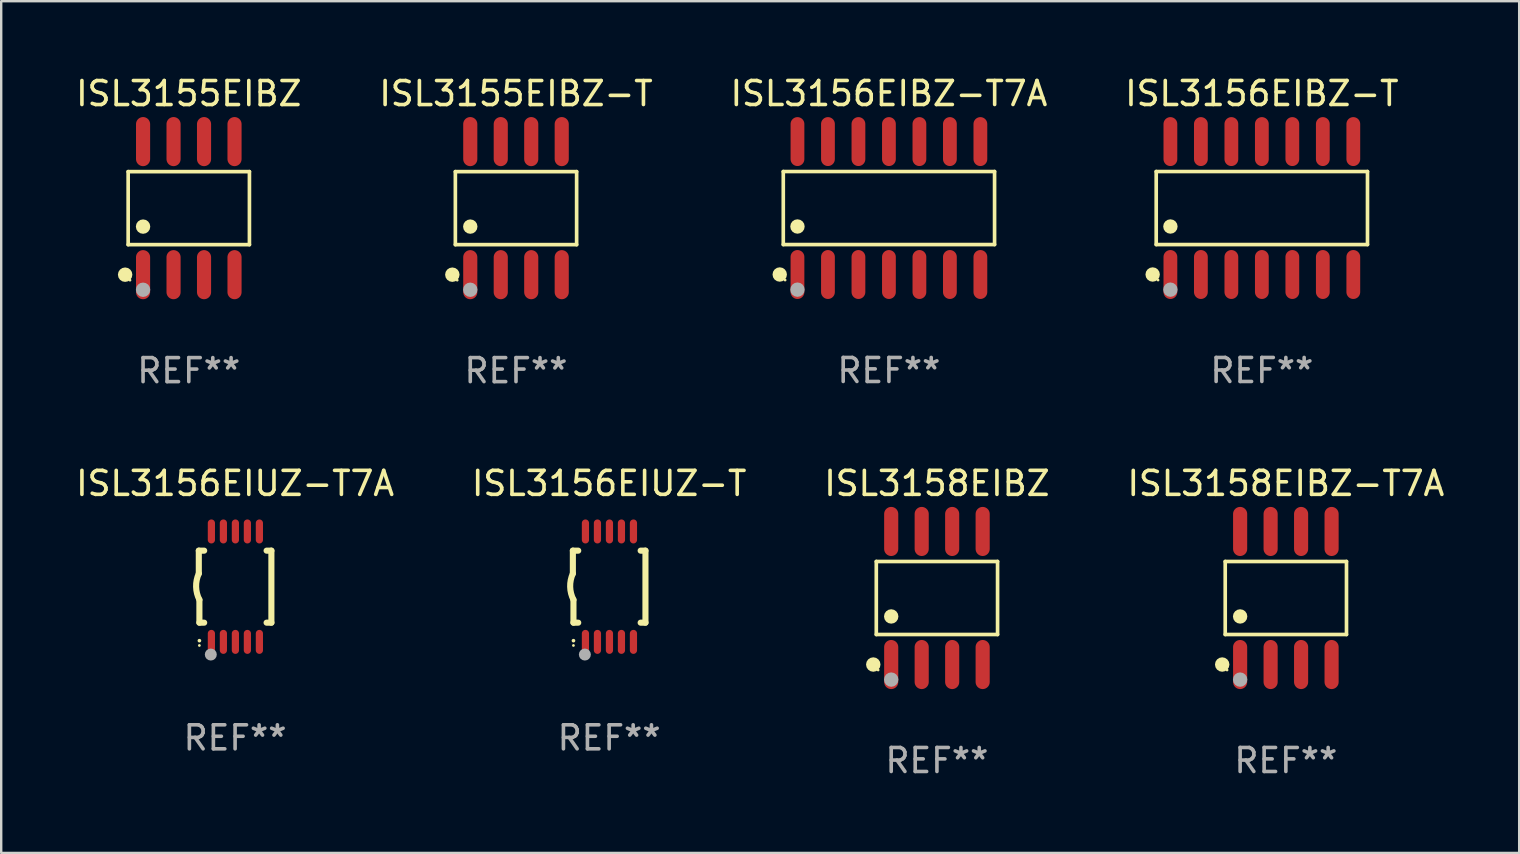
<source format=kicad_pcb>
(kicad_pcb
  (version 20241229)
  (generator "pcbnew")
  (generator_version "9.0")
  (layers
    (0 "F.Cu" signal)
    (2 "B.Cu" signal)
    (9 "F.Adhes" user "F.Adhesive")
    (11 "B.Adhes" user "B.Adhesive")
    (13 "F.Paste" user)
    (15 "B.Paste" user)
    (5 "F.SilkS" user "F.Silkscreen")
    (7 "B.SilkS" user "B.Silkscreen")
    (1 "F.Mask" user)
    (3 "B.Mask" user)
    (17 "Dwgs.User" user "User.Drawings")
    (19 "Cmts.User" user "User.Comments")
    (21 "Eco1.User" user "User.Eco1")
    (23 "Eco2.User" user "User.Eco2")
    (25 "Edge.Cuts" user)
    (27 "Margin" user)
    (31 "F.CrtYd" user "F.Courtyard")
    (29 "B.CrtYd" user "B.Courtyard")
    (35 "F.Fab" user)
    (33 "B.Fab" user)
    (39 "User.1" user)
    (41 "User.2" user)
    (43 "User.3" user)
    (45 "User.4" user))
  (footprint "ISL3156EIUZ-T7A"
    (layer "F.Cu")
    (at 6.744 21.39)
    (property "Reference" "ISL3156EIUZ-T7A" (at 0 -4.3 0) (layer "F.SilkS") (effects (font (size 1 1) (thickness 0.15))))
    (attr through_hole)
    (fp_line (start -1.512 -1.5) (end -1.512 -0.546) (stroke (width 0.254) (type solid)) (layer "F.SilkS"))
    (fp_line (start -1.487 0.546) (end -1.487 1.5) (stroke (width 0.254) (type solid)) (layer "F.SilkS"))
    (fp_line (start -1.288 -1.5) (end -1.512 -1.5) (stroke (width 0.254) (type solid)) (layer "F.SilkS"))
    (fp_line (start -1.288 1.5) (end -1.487 1.5) (stroke (width 0.254) (type solid)) (layer "F.SilkS"))
    (fp_line (start 1.512 -1.5) (end 1.312 -1.5) (stroke (width 0.254) (type solid)) (layer "F.SilkS"))
    (fp_line (start 1.512 -1.5) (end 1.512 1.5) (stroke (width 0.254) (type solid)) (layer "F.SilkS"))
    (fp_line (start 1.512 1.5) (end 1.312 1.5) (stroke (width 0.254) (type solid)) (layer "F.SilkS"))
    (fp_arc (start -1.487998 2.250013) (mid -1.486728 2.250007) (end -1.485458 2.250013) (stroke (width 0.150013) (type solid)) (layer "F.SilkS"))
    (fp_arc (start -1.486602 0.546102) (mid -1.624196 0.002905) (end -1.512002 -0.546101) (stroke (width 0.254001) (type solid)) (layer "F.SilkS"))
    (fp_circle (center -1.488 2.45) (end -1.458 2.45) (stroke (width 0.06) (type solid)) (fill no) (layer "F.SilkS"))
    (fp_circle (center -1.012 2.828) (end -0.887 2.828) (stroke (width 0.25) (type solid)) (fill no) (layer "F.Fab"))
    (fp_text user "REF**" (at 0 6.3 0) (layer "F.Fab") (effects (font (size 1 1) (thickness 0.15))))
    (pad "1" smd oval (at -0.988 2.3) (size 0.3 1) (layers "F.Cu" "F.Mask" "F.Paste"))
    (pad "2" smd oval (at -0.488 2.3) (size 0.3 1) (layers "F.Cu" "F.Mask" "F.Paste"))
    (pad "3" smd oval (at 0.012 2.3) (size 0.3 1) (layers "F.Cu" "F.Mask" "F.Paste"))
    (pad "4" smd oval (at 0.512 2.3) (size 0.3 1) (layers "F.Cu" "F.Mask" "F.Paste"))
    (pad "5" smd oval (at 1.012 2.3) (size 0.3 1) (layers "F.Cu" "F.Mask" "F.Paste"))
    (pad "6" smd oval (at 1.012 -2.3) (size 0.3 1) (layers "F.Cu" "F.Mask" "F.Paste"))
    (pad "7" smd oval (at 0.512 -2.3) (size 0.3 1) (layers "F.Cu" "F.Mask" "F.Paste"))
    (pad "8" smd oval (at 0.012 -2.3) (size 0.3 1) (layers "F.Cu" "F.Mask" "F.Paste"))
    (pad "9" smd oval (at -0.488 -2.3) (size 0.3 1) (layers "F.Cu" "F.Mask" "F.Paste"))
    (pad "10" smd oval (at -0.988 -2.3) (size 0.3 1) (layers "F.Cu" "F.Mask" "F.Paste")))
  (footprint "ISL3158EIBZ-T7A"
    (layer "F.Cu")
    (at 50.518 21.862)
    (property "Reference" "ISL3158EIBZ-T7A" (at 0 -4.772 0) (layer "F.SilkS") (effects (font (size 1 1) (thickness 0.15))))
    (attr through_hole)
    (fp_line (start -2.526 -1.521) (end 2.526 -1.521) (stroke (width 0.152) (type solid)) (layer "F.SilkS"))
    (fp_line (start -2.526 1.521) (end -2.526 -1.521) (stroke (width 0.152) (type solid)) (layer "F.SilkS"))
    (fp_line (start 2.526 -1.521) (end 2.526 1.521) (stroke (width 0.152) (type solid)) (layer "F.SilkS"))
    (fp_line (start 2.526 1.521) (end -2.526 1.521) (stroke (width 0.152) (type solid)) (layer "F.SilkS"))
    (fp_circle (center -2.652 2.772) (end -2.501 2.772) (stroke (width 0.3) (type solid)) (fill no) (layer "F.SilkS"))
    (fp_circle (center -2.45 3) (end -2.42 3) (stroke (width 0.06) (type solid)) (fill no) (layer "F.SilkS"))
    (fp_circle (center -1.905 0.769) (end -1.755 0.769) (stroke (width 0.3) (type solid)) (fill no) (layer "F.SilkS"))
    (fp_circle (center -1.905 3.4) (end -1.755 3.4) (stroke (width 0.3) (type solid)) (fill no) (layer "F.Fab"))
    (fp_text user "REF**" (at 0 6.772 0) (layer "F.Fab") (effects (font (size 1 1) (thickness 0.15))))
    (pad "1" smd oval (at -1.905 2.772) (size 0.588 2.045) (layers "F.Cu" "F.Mask" "F.Paste"))
    (pad "2" smd oval (at -0.635 2.772) (size 0.588 2.045) (layers "F.Cu" "F.Mask" "F.Paste"))
    (pad "3" smd oval (at 0.635 2.772) (size 0.588 2.045) (layers "F.Cu" "F.Mask" "F.Paste"))
    (pad "4" smd oval (at 1.905 2.772) (size 0.588 2.045) (layers "F.Cu" "F.Mask" "F.Paste"))
    (pad "5" smd oval (at 1.905 -2.772) (size 0.588 2.045) (layers "F.Cu" "F.Mask" "F.Paste"))
    (pad "6" smd oval (at 0.635 -2.772) (size 0.588 2.045) (layers "F.Cu" "F.Mask" "F.Paste"))
    (pad "7" smd oval (at -0.635 -2.772) (size 0.588 2.045) (layers "F.Cu" "F.Mask" "F.Paste"))
    (pad "8" smd oval (at -1.905 -2.772) (size 0.588 2.045) (layers "F.Cu" "F.Mask" "F.Paste")))
  (footprint "ISL3156EIBZ-T"
    (layer "F.Cu")
    (at 49.518 5.617)
    (property "Reference" "ISL3156EIBZ-T" (at 0 -4.769 0) (layer "F.SilkS") (effects (font (size 1 1) (thickness 0.15))))
    (attr through_hole)
    (fp_line (start -4.401 -1.521) (end 4.401 -1.521) (stroke (width 0.152) (type solid)) (layer "F.SilkS"))
    (fp_line (start -4.401 1.521) (end -4.401 -1.521) (stroke (width 0.152) (type solid)) (layer "F.SilkS"))
    (fp_line (start 4.401 -1.521) (end 4.401 1.521) (stroke (width 0.152) (type solid)) (layer "F.SilkS"))
    (fp_line (start 4.401 1.521) (end -4.401 1.521) (stroke (width 0.152) (type solid)) (layer "F.SilkS"))
    (fp_circle (center -4.549 2.769) (end -4.399 2.769) (stroke (width 0.3) (type solid)) (fill no) (layer "F.SilkS"))
    (fp_circle (center -4.325 3) (end -4.295 3) (stroke (width 0.06) (type solid)) (fill no) (layer "F.SilkS"))
    (fp_circle (center -3.81 0.769) (end -3.66 0.769) (stroke (width 0.3) (type solid)) (fill no) (layer "F.SilkS"))
    (fp_circle (center -3.81 3.4) (end -3.66 3.4) (stroke (width 0.3) (type solid)) (fill no) (layer "F.Fab"))
    (fp_text user "REF**" (at 0 6.769 0) (layer "F.Fab") (effects (font (size 1 1) (thickness 0.15))))
    (pad "1" smd oval (at -3.81 2.769) (size 0.574 2.038) (layers "F.Cu" "F.Mask" "F.Paste"))
    (pad "2" smd oval (at -2.54 2.769) (size 0.574 2.038) (layers "F.Cu" "F.Mask" "F.Paste"))
    (pad "3" smd oval (at -1.27 2.769) (size 0.574 2.038) (layers "F.Cu" "F.Mask" "F.Paste"))
    (pad "4" smd oval (at 0 2.769) (size 0.574 2.038) (layers "F.Cu" "F.Mask" "F.Paste"))
    (pad "5" smd oval (at 1.27 2.769) (size 0.574 2.038) (layers "F.Cu" "F.Mask" "F.Paste"))
    (pad "6" smd oval (at 2.54 2.769) (size 0.574 2.038) (layers "F.Cu" "F.Mask" "F.Paste"))
    (pad "7" smd oval (at 3.81 2.769) (size 0.574 2.038) (layers "F.Cu" "F.Mask" "F.Paste"))
    (pad "8" smd oval (at 3.81 -2.769) (size 0.574 2.038) (layers "F.Cu" "F.Mask" "F.Paste"))
    (pad "9" smd oval (at 2.54 -2.769) (size 0.574 2.038) (layers "F.Cu" "F.Mask" "F.Paste"))
    (pad "10" smd oval (at 1.27 -2.769) (size 0.574 2.038) (layers "F.Cu" "F.Mask" "F.Paste"))
    (pad "11" smd oval (at 0 -2.769) (size 0.574 2.038) (layers "F.Cu" "F.Mask" "F.Paste"))
    (pad "12" smd oval (at -1.27 -2.769) (size 0.574 2.038) (layers "F.Cu" "F.Mask" "F.Paste"))
    (pad "13" smd oval (at -2.54 -2.769) (size 0.574 2.038) (layers "F.Cu" "F.Mask" "F.Paste"))
    (pad "14" smd oval (at -3.81 -2.769) (size 0.574 2.038) (layers "F.Cu" "F.Mask" "F.Paste")))
  (footprint "ISL3155EIBZ"
    (layer "F.Cu")
    (at 4.815 5.621)
    (property "Reference" "ISL3155EIBZ" (at 0 -4.772 0) (layer "F.SilkS") (effects (font (size 1 1) (thickness 0.15))))
    (attr through_hole)
    (fp_line (start -2.526 -1.521) (end 2.526 -1.521) (stroke (width 0.152) (type solid)) (layer "F.SilkS"))
    (fp_line (start -2.526 1.521) (end -2.526 -1.521) (stroke (width 0.152) (type solid)) (layer "F.SilkS"))
    (fp_line (start 2.526 -1.521) (end 2.526 1.521) (stroke (width 0.152) (type solid)) (layer "F.SilkS"))
    (fp_line (start 2.526 1.521) (end -2.526 1.521) (stroke (width 0.152) (type solid)) (layer "F.SilkS"))
    (fp_circle (center -2.652 2.772) (end -2.501 2.772) (stroke (width 0.3) (type solid)) (fill no) (layer "F.SilkS"))
    (fp_circle (center -2.45 3) (end -2.42 3) (stroke (width 0.06) (type solid)) (fill no) (layer "F.SilkS"))
    (fp_circle (center -1.905 0.769) (end -1.755 0.769) (stroke (width 0.3) (type solid)) (fill no) (layer "F.SilkS"))
    (fp_circle (center -1.905 3.4) (end -1.755 3.4) (stroke (width 0.3) (type solid)) (fill no) (layer "F.Fab"))
    (fp_text user "REF**" (at 0 6.772 0) (layer "F.Fab") (effects (font (size 1 1) (thickness 0.15))))
    (pad "1" smd oval (at -1.905 2.772) (size 0.588 2.045) (layers "F.Cu" "F.Mask" "F.Paste"))
    (pad "2" smd oval (at -0.635 2.772) (size 0.588 2.045) (layers "F.Cu" "F.Mask" "F.Paste"))
    (pad "3" smd oval (at 0.635 2.772) (size 0.588 2.045) (layers "F.Cu" "F.Mask" "F.Paste"))
    (pad "4" smd oval (at 1.905 2.772) (size 0.588 2.045) (layers "F.Cu" "F.Mask" "F.Paste"))
    (pad "5" smd oval (at 1.905 -2.772) (size 0.588 2.045) (layers "F.Cu" "F.Mask" "F.Paste"))
    (pad "6" smd oval (at 0.635 -2.772) (size 0.588 2.045) (layers "F.Cu" "F.Mask" "F.Paste"))
    (pad "7" smd oval (at -0.635 -2.772) (size 0.588 2.045) (layers "F.Cu" "F.Mask" "F.Paste"))
    (pad "8" smd oval (at -1.905 -2.772) (size 0.588 2.045) (layers "F.Cu" "F.Mask" "F.Paste")))
  (footprint "ISL3155EIBZ-T"
    (layer "F.Cu")
    (at 18.446 5.621)
    (property "Reference" "ISL3155EIBZ-T" (at 0 -4.772 0) (layer "F.SilkS") (effects (font (size 1 1) (thickness 0.15))))
    (attr through_hole)
    (fp_line (start -2.526 -1.521) (end 2.526 -1.521) (stroke (width 0.152) (type solid)) (layer "F.SilkS"))
    (fp_line (start -2.526 1.521) (end -2.526 -1.521) (stroke (width 0.152) (type solid)) (layer "F.SilkS"))
    (fp_line (start 2.526 -1.521) (end 2.526 1.521) (stroke (width 0.152) (type solid)) (layer "F.SilkS"))
    (fp_line (start 2.526 1.521) (end -2.526 1.521) (stroke (width 0.152) (type solid)) (layer "F.SilkS"))
    (fp_circle (center -2.652 2.772) (end -2.501 2.772) (stroke (width 0.3) (type solid)) (fill no) (layer "F.SilkS"))
    (fp_circle (center -2.45 3) (end -2.42 3) (stroke (width 0.06) (type solid)) (fill no) (layer "F.SilkS"))
    (fp_circle (center -1.905 0.769) (end -1.755 0.769) (stroke (width 0.3) (type solid)) (fill no) (layer "F.SilkS"))
    (fp_circle (center -1.905 3.4) (end -1.755 3.4) (stroke (width 0.3) (type solid)) (fill no) (layer "F.Fab"))
    (fp_text user "REF**" (at 0 6.772 0) (layer "F.Fab") (effects (font (size 1 1) (thickness 0.15))))
    (pad "1" smd oval (at -1.905 2.772) (size 0.588 2.045) (layers "F.Cu" "F.Mask" "F.Paste"))
    (pad "2" smd oval (at -0.635 2.772) (size 0.588 2.045) (layers "F.Cu" "F.Mask" "F.Paste"))
    (pad "3" smd oval (at 0.635 2.772) (size 0.588 2.045) (layers "F.Cu" "F.Mask" "F.Paste"))
    (pad "4" smd oval (at 1.905 2.772) (size 0.588 2.045) (layers "F.Cu" "F.Mask" "F.Paste"))
    (pad "5" smd oval (at 1.905 -2.772) (size 0.588 2.045) (layers "F.Cu" "F.Mask" "F.Paste"))
    (pad "6" smd oval (at 0.635 -2.772) (size 0.588 2.045) (layers "F.Cu" "F.Mask" "F.Paste"))
    (pad "7" smd oval (at -0.635 -2.772) (size 0.588 2.045) (layers "F.Cu" "F.Mask" "F.Paste"))
    (pad "8" smd oval (at -1.905 -2.772) (size 0.588 2.045) (layers "F.Cu" "F.Mask" "F.Paste")))
  (footprint "ISL3156EIUZ-T"
    (layer "F.Cu")
    (at 22.327 21.39)
    (property "Reference" "ISL3156EIUZ-T" (at 0 -4.3 0) (layer "F.SilkS") (effects (font (size 1 1) (thickness 0.15))))
    (attr through_hole)
    (fp_line (start -1.512 -1.5) (end -1.512 -0.546) (stroke (width 0.254) (type solid)) (layer "F.SilkS"))
    (fp_line (start -1.487 0.546) (end -1.487 1.5) (stroke (width 0.254) (type solid)) (layer "F.SilkS"))
    (fp_line (start -1.288 -1.5) (end -1.512 -1.5) (stroke (width 0.254) (type solid)) (layer "F.SilkS"))
    (fp_line (start -1.288 1.5) (end -1.487 1.5) (stroke (width 0.254) (type solid)) (layer "F.SilkS"))
    (fp_line (start 1.512 -1.5) (end 1.312 -1.5) (stroke (width 0.254) (type solid)) (layer "F.SilkS"))
    (fp_line (start 1.512 -1.5) (end 1.512 1.5) (stroke (width 0.254) (type solid)) (layer "F.SilkS"))
    (fp_line (start 1.512 1.5) (end 1.312 1.5) (stroke (width 0.254) (type solid)) (layer "F.SilkS"))
    (fp_arc (start -1.487998 2.250013) (mid -1.486728 2.250007) (end -1.485458 2.250013) (stroke (width 0.150013) (type solid)) (layer "F.SilkS"))
    (fp_arc (start -1.486602 0.546102) (mid -1.624196 0.002905) (end -1.512002 -0.546101) (stroke (width 0.254001) (type solid)) (layer "F.SilkS"))
    (fp_circle (center -1.488 2.45) (end -1.458 2.45) (stroke (width 0.06) (type solid)) (fill no) (layer "F.SilkS"))
    (fp_circle (center -1.012 2.828) (end -0.887 2.828) (stroke (width 0.25) (type solid)) (fill no) (layer "F.Fab"))
    (fp_text user "REF**" (at 0 6.3 0) (layer "F.Fab") (effects (font (size 1 1) (thickness 0.15))))
    (pad "1" smd oval (at -0.988 2.3) (size 0.3 1) (layers "F.Cu" "F.Mask" "F.Paste"))
    (pad "2" smd oval (at -0.488 2.3) (size 0.3 1) (layers "F.Cu" "F.Mask" "F.Paste"))
    (pad "3" smd oval (at 0.012 2.3) (size 0.3 1) (layers "F.Cu" "F.Mask" "F.Paste"))
    (pad "4" smd oval (at 0.512 2.3) (size 0.3 1) (layers "F.Cu" "F.Mask" "F.Paste"))
    (pad "5" smd oval (at 1.012 2.3) (size 0.3 1) (layers "F.Cu" "F.Mask" "F.Paste"))
    (pad "6" smd oval (at 1.012 -2.3) (size 0.3 1) (layers "F.Cu" "F.Mask" "F.Paste"))
    (pad "7" smd oval (at 0.512 -2.3) (size 0.3 1) (layers "F.Cu" "F.Mask" "F.Paste"))
    (pad "8" smd oval (at 0.012 -2.3) (size 0.3 1) (layers "F.Cu" "F.Mask" "F.Paste"))
    (pad "9" smd oval (at -0.488 -2.3) (size 0.3 1) (layers "F.Cu" "F.Mask" "F.Paste"))
    (pad "10" smd oval (at -0.988 -2.3) (size 0.3 1) (layers "F.Cu" "F.Mask" "F.Paste")))
  (footprint "ISL3158EIBZ"
    (layer "F.Cu")
    (at 35.982 21.862)
    (property "Reference" "ISL3158EIBZ" (at 0 -4.772 0) (layer "F.SilkS") (effects (font (size 1 1) (thickness 0.15))))
    (attr through_hole)
    (fp_line (start -2.526 -1.521) (end 2.526 -1.521) (stroke (width 0.152) (type solid)) (layer "F.SilkS"))
    (fp_line (start -2.526 1.521) (end -2.526 -1.521) (stroke (width 0.152) (type solid)) (layer "F.SilkS"))
    (fp_line (start 2.526 -1.521) (end 2.526 1.521) (stroke (width 0.152) (type solid)) (layer "F.SilkS"))
    (fp_line (start 2.526 1.521) (end -2.526 1.521) (stroke (width 0.152) (type solid)) (layer "F.SilkS"))
    (fp_circle (center -2.652 2.772) (end -2.501 2.772) (stroke (width 0.3) (type solid)) (fill no) (layer "F.SilkS"))
    (fp_circle (center -2.45 3) (end -2.42 3) (stroke (width 0.06) (type solid)) (fill no) (layer "F.SilkS"))
    (fp_circle (center -1.905 0.769) (end -1.755 0.769) (stroke (width 0.3) (type solid)) (fill no) (layer "F.SilkS"))
    (fp_circle (center -1.905 3.4) (end -1.755 3.4) (stroke (width 0.3) (type solid)) (fill no) (layer "F.Fab"))
    (fp_text user "REF**" (at 0 6.772 0) (layer "F.Fab") (effects (font (size 1 1) (thickness 0.15))))
    (pad "1" smd oval (at -1.905 2.772) (size 0.588 2.045) (layers "F.Cu" "F.Mask" "F.Paste"))
    (pad "2" smd oval (at -0.635 2.772) (size 0.588 2.045) (layers "F.Cu" "F.Mask" "F.Paste"))
    (pad "3" smd oval (at 0.635 2.772) (size 0.588 2.045) (layers "F.Cu" "F.Mask" "F.Paste"))
    (pad "4" smd oval (at 1.905 2.772) (size 0.588 2.045) (layers "F.Cu" "F.Mask" "F.Paste"))
    (pad "5" smd oval (at 1.905 -2.772) (size 0.588 2.045) (layers "F.Cu" "F.Mask" "F.Paste"))
    (pad "6" smd oval (at 0.635 -2.772) (size 0.588 2.045) (layers "F.Cu" "F.Mask" "F.Paste"))
    (pad "7" smd oval (at -0.635 -2.772) (size 0.588 2.045) (layers "F.Cu" "F.Mask" "F.Paste"))
    (pad "8" smd oval (at -1.905 -2.772) (size 0.588 2.045) (layers "F.Cu" "F.Mask" "F.Paste")))
  (footprint "ISL3156EIBZ-T7A"
    (layer "F.Cu")
    (at 33.982 5.617)
    (property "Reference" "ISL3156EIBZ-T7A" (at 0 -4.769 0) (layer "F.SilkS") (effects (font (size 1 1) (thickness 0.15))))
    (attr through_hole)
    (fp_line (start -4.401 -1.521) (end 4.401 -1.521) (stroke (width 0.152) (type solid)) (layer "F.SilkS"))
    (fp_line (start -4.401 1.521) (end -4.401 -1.521) (stroke (width 0.152) (type solid)) (layer "F.SilkS"))
    (fp_line (start 4.401 -1.521) (end 4.401 1.521) (stroke (width 0.152) (type solid)) (layer "F.SilkS"))
    (fp_line (start 4.401 1.521) (end -4.401 1.521) (stroke (width 0.152) (type solid)) (layer "F.SilkS"))
    (fp_circle (center -4.549 2.769) (end -4.399 2.769) (stroke (width 0.3) (type solid)) (fill no) (layer "F.SilkS"))
    (fp_circle (center -4.325 3) (end -4.295 3) (stroke (width 0.06) (type solid)) (fill no) (layer "F.SilkS"))
    (fp_circle (center -3.81 0.769) (end -3.66 0.769) (stroke (width 0.3) (type solid)) (fill no) (layer "F.SilkS"))
    (fp_circle (center -3.81 3.4) (end -3.66 3.4) (stroke (width 0.3) (type solid)) (fill no) (layer "F.Fab"))
    (fp_text user "REF**" (at 0 6.769 0) (layer "F.Fab") (effects (font (size 1 1) (thickness 0.15))))
    (pad "1" smd oval (at -3.81 2.769) (size 0.574 2.038) (layers "F.Cu" "F.Mask" "F.Paste"))
    (pad "2" smd oval (at -2.54 2.769) (size 0.574 2.038) (layers "F.Cu" "F.Mask" "F.Paste"))
    (pad "3" smd oval (at -1.27 2.769) (size 0.574 2.038) (layers "F.Cu" "F.Mask" "F.Paste"))
    (pad "4" smd oval (at 0 2.769) (size 0.574 2.038) (layers "F.Cu" "F.Mask" "F.Paste"))
    (pad "5" smd oval (at 1.27 2.769) (size 0.574 2.038) (layers "F.Cu" "F.Mask" "F.Paste"))
    (pad "6" smd oval (at 2.54 2.769) (size 0.574 2.038) (layers "F.Cu" "F.Mask" "F.Paste"))
    (pad "7" smd oval (at 3.81 2.769) (size 0.574 2.038) (layers "F.Cu" "F.Mask" "F.Paste"))
    (pad "8" smd oval (at 3.81 -2.769) (size 0.574 2.038) (layers "F.Cu" "F.Mask" "F.Paste"))
    (pad "9" smd oval (at 2.54 -2.769) (size 0.574 2.038) (layers "F.Cu" "F.Mask" "F.Paste"))
    (pad "10" smd oval (at 1.27 -2.769) (size 0.574 2.038) (layers "F.Cu" "F.Mask" "F.Paste"))
    (pad "11" smd oval (at 0 -2.769) (size 0.574 2.038) (layers "F.Cu" "F.Mask" "F.Paste"))
    (pad "12" smd oval (at -1.27 -2.769) (size 0.574 2.038) (layers "F.Cu" "F.Mask" "F.Paste"))
    (pad "13" smd oval (at -2.54 -2.769) (size 0.574 2.038) (layers "F.Cu" "F.Mask" "F.Paste"))
    (pad "14" smd oval (at -3.81 -2.769) (size 0.574 2.038) (layers "F.Cu" "F.Mask" "F.Paste")))
  (gr_rect
    (start -3 -3)
    (end 60.238 32.483)
    (stroke (width 0.1) (type default))
    (fill no)
    (layer "Edge.Cuts")))
</source>
